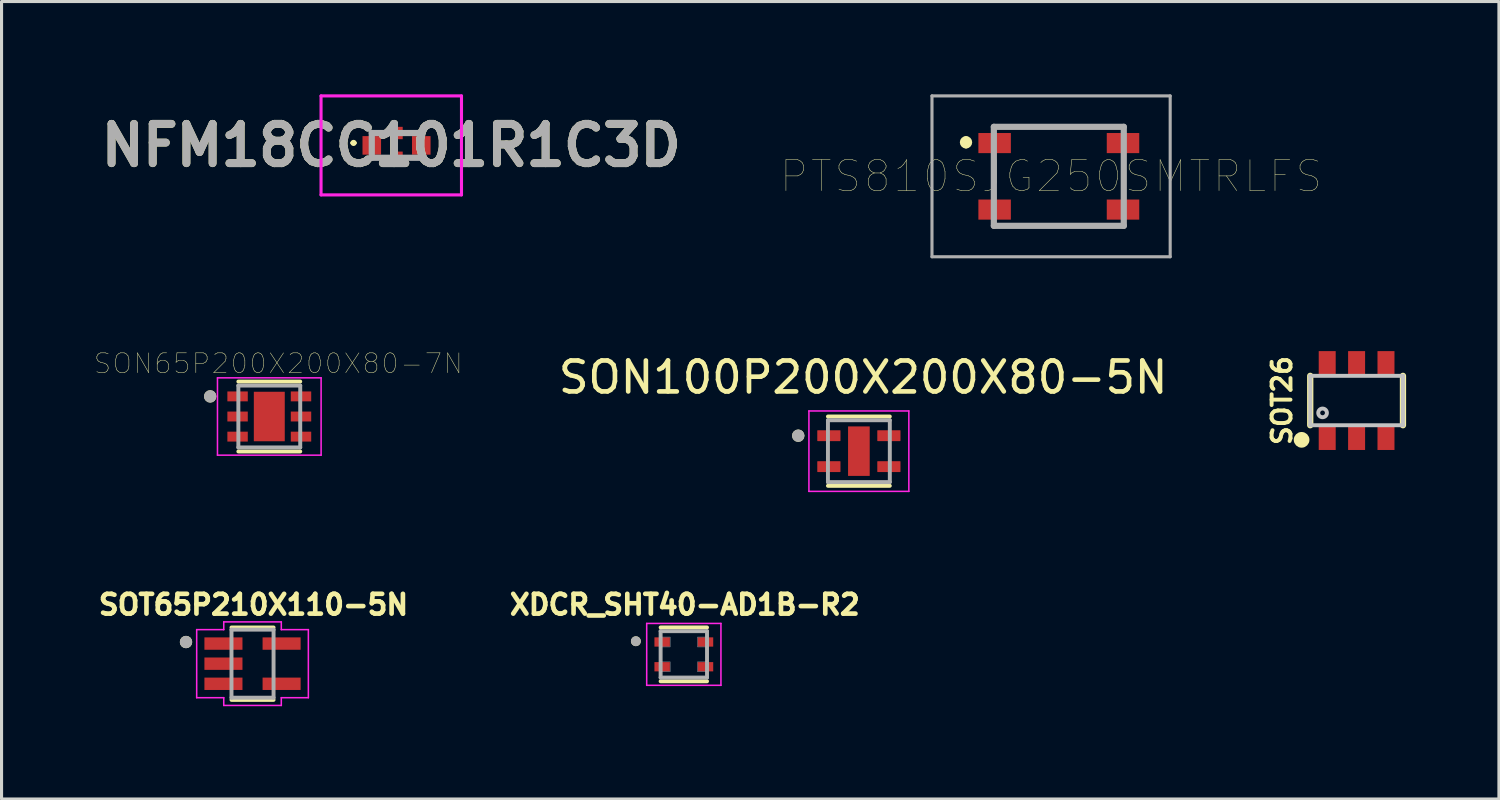
<source format=kicad_pcb>
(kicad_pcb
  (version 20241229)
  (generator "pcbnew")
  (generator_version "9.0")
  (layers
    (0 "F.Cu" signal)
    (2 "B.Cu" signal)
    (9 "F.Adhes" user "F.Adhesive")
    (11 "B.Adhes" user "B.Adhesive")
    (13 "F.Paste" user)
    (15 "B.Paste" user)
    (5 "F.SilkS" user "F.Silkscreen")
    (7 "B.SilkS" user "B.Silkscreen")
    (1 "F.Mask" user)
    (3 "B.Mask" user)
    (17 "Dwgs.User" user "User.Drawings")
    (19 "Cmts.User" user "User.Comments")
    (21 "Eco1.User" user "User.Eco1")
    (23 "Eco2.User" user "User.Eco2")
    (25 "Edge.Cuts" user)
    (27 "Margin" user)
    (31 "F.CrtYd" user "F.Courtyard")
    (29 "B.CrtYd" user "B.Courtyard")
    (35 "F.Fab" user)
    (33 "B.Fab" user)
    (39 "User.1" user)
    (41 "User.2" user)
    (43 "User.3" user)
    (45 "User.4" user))
  (footprint "NFM18CC101R1C3D"
    (layer "F.Cu")
    (at 9.768 1.65)
    (property "Reference" "NFM18CC101R1C3D" (at -0.17 0 0) (layer "F.SilkS") (effects (font (size 1.27 1.27) (thickness 0.254))))
    (attr smd)
    (fp_line (start -1.44 -0.08) (end -1.44 -0.08) (stroke (width 0.1) (type solid)) (layer "F.SilkS"))
    (fp_line (start -1.34 -0.08) (end -1.34 -0.08) (stroke (width 0.1) (type solid)) (layer "F.SilkS"))
    (fp_arc (start -1.44 -0.08) (mid -1.39 -0.13) (end -1.34 -0.08) (stroke (width 0.1) (type solid)) (layer "F.SilkS"))
    (fp_arc (start -1.34 -0.08) (mid -1.39 -0.03) (end -1.44 -0.08) (stroke (width 0.1) (type solid)) (layer "F.SilkS"))
    (fp_line (start -2.44 -1.6) (end 2.1 -1.6) (stroke (width 0.1) (type solid)) (layer "F.CrtYd"))
    (fp_line (start -2.44 1.6) (end -2.44 -1.6) (stroke (width 0.1) (type solid)) (layer "F.CrtYd"))
    (fp_line (start 2.1 -1.6) (end 2.1 1.6) (stroke (width 0.1) (type solid)) (layer "F.CrtYd"))
    (fp_line (start 2.1 1.6) (end -2.44 1.6) (stroke (width 0.1) (type solid)) (layer "F.CrtYd"))
    (fp_line (start -0.8 -0.4) (end 0.8 -0.4) (stroke (width 0.2) (type solid)) (layer "F.Fab"))
    (fp_line (start -0.8 0.4) (end -0.8 -0.4) (stroke (width 0.2) (type solid)) (layer "F.Fab"))
    (fp_line (start 0.8 -0.4) (end 0.8 0.4) (stroke (width 0.2) (type solid)) (layer "F.Fab"))
    (fp_line (start 0.8 0.4) (end -0.8 0.4) (stroke (width 0.2) (type solid)) (layer "F.Fab"))
    (fp_text user "${REFERENCE}" (at -0.17 0 0) (layer "F.Fab") (effects (font (size 1.27 1.27) (thickness 0.254))))
    (pad "1" smd rect (at -0.8 0) (size 0.6 0.6) (layers "F.Cu" "F.Mask" "F.Paste"))
    (pad "2" smd rect (at 0 -0.4) (size 0.4 0.4) (layers "F.Cu" "F.Mask" "F.Paste"))
    (pad "3" smd rect (at 0.8 0) (size 0.6 0.6) (layers "F.Cu" "F.Mask" "F.Paste"))
    (pad "4" smd rect (at 0 0.4) (size 0.4 0.4) (layers "F.Cu" "F.Mask" "F.Paste")))
  (footprint "SOT26"
    (layer "F.Cu")
    (at 40.803 9.898)
    (property "Reference" "SOT26" (at -2.413 0 90) (layer "F.SilkS") (effects (font (size 0.61 0.61) (thickness 0.127))))
    (attr smd)
    (fp_line (start -1.499 -0.798) (end -1.499 0.798) (stroke (width 0.203) (type solid)) (layer "F.SilkS"))
    (fp_line (start 1.499 -0.798) (end 1.499 0.798) (stroke (width 0.203) (type solid)) (layer "F.SilkS"))
    (fp_circle (center -1.778 1.27) (end -1.651 1.27) (stroke (width 0.254) (type solid)) (fill no) (layer "F.SilkS"))
    (fp_line (start -1.499 -0.798) (end -1.499 0.798) (stroke (width 0.127) (type solid)) (layer "Dwgs.User"))
    (fp_line (start -1.499 0.798) (end 1.499 0.798) (stroke (width 0.127) (type solid)) (layer "Dwgs.User"))
    (fp_line (start 1.499 -0.798) (end -1.499 -0.798) (stroke (width 0.127) (type solid)) (layer "Dwgs.User"))
    (fp_line (start 1.499 0.798) (end 1.499 -0.798) (stroke (width 0.127) (type solid)) (layer "Dwgs.User"))
    (fp_circle (center -1.1 0.399) (end -1.1 0.259) (stroke (width 0.127) (type solid)) (fill no) (layer "Dwgs.User"))
    (pad "D1" smd rect (at 0 1.199) (size 0.549 0.798) (layers "F.Cu" "F.Mask" "F.Paste"))
    (pad "D2" smd rect (at 0 -1.199 180) (size 0.549 0.798) (layers "F.Cu" "F.Mask" "F.Paste"))
    (pad "G1" smd rect (at -0.95 -1.199) (size 0.549 0.798) (layers "F.Cu" "F.Mask" "F.Paste"))
    (pad "G2" smd rect (at 0.95 -1.199) (size 0.549 0.798) (layers "F.Cu" "F.Mask" "F.Paste"))
    (pad "S1" smd rect (at -0.95 1.199) (size 0.549 0.798) (layers "F.Cu" "F.Mask" "F.Paste"))
    (pad "S2" smd rect (at 0.95 1.199) (size 0.549 0.798) (layers "F.Cu" "F.Mask" "F.Paste")))
  (footprint "SOT65P210X110-5N"
    (layer "F.Cu")
    (at 5.113 18.404)
    (property "Reference" "SOT65P210X110-5N" (at 0.031 -1.907 0) (layer "F.SilkS") (effects (font (size 0.64 0.64) (thickness 0.15))))
    (attr through_hole)
    (fp_line (start -0.68 -1.17) (end 0.68 -1.17) (stroke (width 0.127) (type solid)) (layer "F.SilkS"))
    (fp_line (start 0.68 1.17) (end -0.68 1.17) (stroke (width 0.127) (type solid)) (layer "F.SilkS"))
    (fp_circle (center -2.15 -0.7) (end -2.05 -0.7) (stroke (width 0.2) (type solid)) (fill no) (layer "F.SilkS"))
    (fp_line (start -1.805 -1.1) (end -1.805 1.1) (stroke (width 0.05) (type solid)) (layer "F.CrtYd"))
    (fp_line (start -1.805 1.1) (end -0.93 1.1) (stroke (width 0.05) (type solid)) (layer "F.CrtYd"))
    (fp_line (start -0.93 -1.35) (end -0.93 -1.1) (stroke (width 0.05) (type solid)) (layer "F.CrtYd"))
    (fp_line (start -0.93 -1.1) (end -1.805 -1.1) (stroke (width 0.05) (type solid)) (layer "F.CrtYd"))
    (fp_line (start -0.93 1.1) (end -0.93 1.35) (stroke (width 0.05) (type solid)) (layer "F.CrtYd"))
    (fp_line (start -0.93 1.35) (end 0.93 1.35) (stroke (width 0.05) (type solid)) (layer "F.CrtYd"))
    (fp_line (start 0.93 -1.35) (end -0.93 -1.35) (stroke (width 0.05) (type solid)) (layer "F.CrtYd"))
    (fp_line (start 0.93 -1.1) (end 0.93 -1.35) (stroke (width 0.05) (type solid)) (layer "F.CrtYd"))
    (fp_line (start 0.93 1.1) (end 1.805 1.1) (stroke (width 0.05) (type solid)) (layer "F.CrtYd"))
    (fp_line (start 0.93 1.35) (end 0.93 1.1) (stroke (width 0.05) (type solid)) (layer "F.CrtYd"))
    (fp_line (start 1.805 -1.1) (end 0.93 -1.1) (stroke (width 0.05) (type solid)) (layer "F.CrtYd"))
    (fp_line (start 1.805 1.1) (end 1.805 -1.1) (stroke (width 0.05) (type solid)) (layer "F.CrtYd"))
    (fp_line (start -0.68 -1.1) (end 0.68 -1.1) (stroke (width 0.127) (type solid)) (layer "F.Fab"))
    (fp_line (start -0.68 1.1) (end -0.68 -1.1) (stroke (width 0.127) (type solid)) (layer "F.Fab"))
    (fp_line (start 0.68 -1.1) (end 0.68 1.1) (stroke (width 0.127) (type solid)) (layer "F.Fab"))
    (fp_line (start 0.68 1.1) (end -0.68 1.1) (stroke (width 0.127) (type solid)) (layer "F.Fab"))
    (fp_circle (center -2.15 -0.7) (end -2.05 -0.7) (stroke (width 0.2) (type solid)) (fill no) (layer "F.Fab"))
    (pad "1" smd rect (at -0.94 -0.65) (size 1.23 0.4) (layers "F.Cu" "F.Mask" "F.Paste"))
    (pad "2" smd rect (at -0.94 0) (size 1.23 0.4) (layers "F.Cu" "F.Mask" "F.Paste"))
    (pad "3" smd rect (at -0.94 0.65) (size 1.23 0.4) (layers "F.Cu" "F.Mask" "F.Paste"))
    (pad "4" smd rect (at 0.94 0.65) (size 1.23 0.4) (layers "F.Cu" "F.Mask" "F.Paste"))
    (pad "5" smd rect (at 0.94 -0.65) (size 1.23 0.4) (layers "F.Cu" "F.Mask" "F.Paste")))
  (footprint "XDCR_SHT40-AD1B-R2"
    (layer "F.Cu")
    (at 19.055 18.103)
    (property "Reference" "XDCR_SHT40-AD1B-R2" (at 0.032 -1.606 0) (layer "F.SilkS") (effects (font (size 0.64 0.64) (thickness 0.15))))
    (attr through_hole)
    (fp_line (start -0.75 -0.87) (end 0.75 -0.87) (stroke (width 0.127) (type solid)) (layer "F.SilkS"))
    (fp_line (start 0.75 0.87) (end -0.75 0.87) (stroke (width 0.127) (type solid)) (layer "F.SilkS"))
    (fp_circle (center -1.55 -0.425) (end -1.47 -0.425) (stroke (width 0.16) (type solid)) (fill no) (layer "F.SilkS"))
    (fp_poly (pts (xy -0.75 -0.24) (xy -0.44 -0.24) (xy -0.44 -0.56) (xy -0.75 -0.56) (xy -0.75 -0.75) (xy 0.75 -0.75) (xy 0.75 -0.56) (xy 0.44 -0.56) (xy 0.44 -0.24) (xy 0.75 -0.24) (xy 0.75 0.24) (xy 0.44 0.24) (xy 0.44 0.56) (xy 0.75 0.56) (xy 0.75 0.75) (xy -0.75 0.75) (xy -0.75 0.56) (xy -0.44 0.56) (xy -0.44 0.24) (xy -0.75 0.24)) (stroke (width 0.01) (type solid)) (fill no) (layer "Dwgs.User"))
    (fp_line (start -1.2 -1) (end -1.2 1) (stroke (width 0.05) (type solid)) (layer "F.CrtYd"))
    (fp_line (start -1.2 1) (end 1.2 1) (stroke (width 0.05) (type solid)) (layer "F.CrtYd"))
    (fp_line (start 1.2 -1) (end -1.2 -1) (stroke (width 0.05) (type solid)) (layer "F.CrtYd"))
    (fp_line (start 1.2 1) (end 1.2 -1) (stroke (width 0.05) (type solid)) (layer "F.CrtYd"))
    (fp_line (start -0.75 -0.75) (end -0.75 0.75) (stroke (width 0.127) (type solid)) (layer "F.Fab"))
    (fp_line (start -0.75 -0.75) (end 0.75 -0.75) (stroke (width 0.127) (type solid)) (layer "F.Fab"))
    (fp_line (start 0.75 0.75) (end -0.75 0.75) (stroke (width 0.127) (type solid)) (layer "F.Fab"))
    (fp_line (start 0.75 0.75) (end 0.75 -0.75) (stroke (width 0.127) (type solid)) (layer "F.Fab"))
    (fp_circle (center -1.55 -0.425) (end -1.47 -0.425) (stroke (width 0.16) (type solid)) (fill no) (layer "F.Fab"))
    (pad "1" smd rect (at -0.7 -0.4) (size 0.5 0.3) (layers "F.Cu" "F.Mask" "F.Paste"))
    (pad "2" smd rect (at -0.7 0.4) (size 0.5 0.3) (layers "F.Cu" "F.Mask" "F.Paste"))
    (pad "3" smd rect (at 0.7 0.4) (size 0.5 0.3) (layers "F.Cu" "F.Mask" "F.Paste"))
    (pad "4" smd rect (at 0.7 -0.4) (size 0.5 0.3) (layers "F.Cu" "F.Mask" "F.Paste")))
  (footprint "SON65P200X200X80-7N"
    (layer "F.Cu")
    (at 5.655 10.414)
    (property "Reference" "SON65P200X200X80-7N" (at 0.292 -1.713 0) (layer "F.SilkS") (effects (font (size 0.64 0.64) (thickness 0.015))))
    (attr through_hole)
    (fp_line (start -1 -1.13) (end 1 -1.13) (stroke (width 0.127) (type solid)) (layer "F.SilkS"))
    (fp_line (start -1 1.13) (end 1 1.13) (stroke (width 0.127) (type solid)) (layer "F.SilkS"))
    (fp_circle (center -1.91 -0.65) (end -1.81 -0.65) (stroke (width 0.2) (type solid)) (fill no) (layer "F.SilkS"))
    (fp_poly (pts (xy -0.316 -0.506) (xy 0.316 -0.506) (xy 0.316 0.506) (xy -0.316 0.506)) (stroke (width 0.01) (type solid)) (fill yes) (layer "F.Paste"))
    (fp_line (start -1.675 -1.25) (end -1.675 1.25) (stroke (width 0.05) (type solid)) (layer "F.CrtYd"))
    (fp_line (start -1.675 -1.25) (end 1.675 -1.25) (stroke (width 0.05) (type solid)) (layer "F.CrtYd"))
    (fp_line (start -1.675 1.25) (end 1.675 1.25) (stroke (width 0.05) (type solid)) (layer "F.CrtYd"))
    (fp_line (start 1.675 -1.25) (end 1.675 1.25) (stroke (width 0.05) (type solid)) (layer "F.CrtYd"))
    (fp_line (start -1 -1) (end -1 1) (stroke (width 0.127) (type solid)) (layer "F.Fab"))
    (fp_line (start -1 -1) (end 1 -1) (stroke (width 0.127) (type solid)) (layer "F.Fab"))
    (fp_line (start -1 1) (end 1 1) (stroke (width 0.127) (type solid)) (layer "F.Fab"))
    (fp_line (start 1 -1) (end 1 1) (stroke (width 0.127) (type solid)) (layer "F.Fab"))
    (fp_circle (center -1.91 -0.65) (end -1.81 -0.65) (stroke (width 0.2) (type solid)) (fill no) (layer "F.Fab"))
    (pad "1" smd rect (at -1.025 -0.65) (size 0.66 0.32) (layers "F.Cu" "F.Mask" "F.Paste"))
    (pad "2" smd rect (at -1.025 0) (size 0.66 0.32) (layers "F.Cu" "F.Mask" "F.Paste"))
    (pad "3" smd rect (at -1.025 0.65) (size 0.66 0.32) (layers "F.Cu" "F.Mask" "F.Paste"))
    (pad "4" smd rect (at 1.025 0.65) (size 0.66 0.32) (layers "F.Cu" "F.Mask" "F.Paste"))
    (pad "5" smd rect (at 1.025 0) (size 0.66 0.32) (layers "F.Cu" "F.Mask" "F.Paste"))
    (pad "6" smd rect (at 1.025 -0.65) (size 0.66 0.32) (layers "F.Cu" "F.Mask" "F.Paste"))
    (pad "7" smd rect (at 0 0) (size 1 1.6) (layers "F.Cu" "F.Mask")))
  (footprint "SON100P200X200X80-5N"
    (layer "F.Cu")
    (at 24.714 11.534)
    (property "Reference" "SON100P200X200X80-5N" (at 0.138 -2.386 0) (layer "F.SilkS") (effects (font (size 1 1) (thickness 0.15))))
    (attr through_hole)
    (fp_line (start -1 -1.12) (end 1 -1.12) (stroke (width 0.127) (type solid)) (layer "F.SilkS"))
    (fp_line (start -1 1.12) (end 1 1.12) (stroke (width 0.127) (type solid)) (layer "F.SilkS"))
    (fp_circle (center -1.96 -0.5) (end -1.86 -0.5) (stroke (width 0.2) (type solid)) (fill no) (layer "F.SilkS"))
    (fp_line (start -1.615 -1.3) (end -1.615 1.3) (stroke (width 0.05) (type solid)) (layer "F.CrtYd"))
    (fp_line (start -1.615 -1.3) (end 1.615 -1.3) (stroke (width 0.05) (type solid)) (layer "F.CrtYd"))
    (fp_line (start -1.615 1.3) (end 1.615 1.3) (stroke (width 0.05) (type solid)) (layer "F.CrtYd"))
    (fp_line (start 1.615 -1.3) (end 1.615 1.3) (stroke (width 0.05) (type solid)) (layer "F.CrtYd"))
    (fp_line (start -1 -1) (end -1 1) (stroke (width 0.127) (type solid)) (layer "F.Fab"))
    (fp_line (start -1 -1) (end 1 -1) (stroke (width 0.127) (type solid)) (layer "F.Fab"))
    (fp_line (start -1 1) (end 1 1) (stroke (width 0.127) (type solid)) (layer "F.Fab"))
    (fp_line (start 1 -1) (end 1 1) (stroke (width 0.127) (type solid)) (layer "F.Fab"))
    (fp_circle (center -1.96 -0.5) (end -1.86 -0.5) (stroke (width 0.2) (type solid)) (fill no) (layer "F.Fab"))
    (pad "1" smd roundrect (at -0.97 -0.5) (size 0.75 0.35) (layers "F.Cu" "F.Mask" "F.Paste") (roundrect_rratio 0.04))
    (pad "2" smd roundrect (at -0.97 0.5) (size 0.75 0.35) (layers "F.Cu" "F.Mask" "F.Paste") (roundrect_rratio 0.04))
    (pad "3" smd roundrect (at 0.97 0.5) (size 0.75 0.35) (layers "F.Cu" "F.Mask" "F.Paste") (roundrect_rratio 0.04))
    (pad "4" smd roundrect (at 0.97 -0.5) (size 0.75 0.35) (layers "F.Cu" "F.Mask" "F.Paste") (roundrect_rratio 0.04))
    (pad "5" smd rect (at 0 0) (size 0.7 1.6) (layers "F.Cu" "F.Mask" "F.Paste")))
  (footprint "PTS810SJG250SMTRLFS"
    (layer "F.Cu")
    (at 31.177 2.65)
    (property "Reference" "PTS810SJG250SMTRLFS" (at -0.25 0 0) (layer "F.SilkS") (effects (font (size 1 1) (thickness 0.015))))
    (attr through_hole)
    (fp_line (start -2.1 -1.6) (end 2.075 -1.6) (stroke (width 0.1) (type solid)) (layer "F.SilkS"))
    (fp_line (start -2.1 1.6) (end 2.075 1.6) (stroke (width 0.1) (type solid)) (layer "F.SilkS"))
    (fp_arc (start -3 -1.2) (mid -2.9 -1.1) (end -3 -1) (stroke (width 0.2) (type solid)) (layer "F.SilkS"))
    (fp_arc (start -3 -1) (mid -3.1 -1.1) (end -3 -1.2) (stroke (width 0.2) (type solid)) (layer "F.SilkS"))
    (fp_line (start -4.1 -2.6) (end 3.6 -2.6) (stroke (width 0.1) (type solid)) (layer "F.Fab"))
    (fp_line (start -4.1 2.6) (end -4.1 -2.6) (stroke (width 0.1) (type solid)) (layer "F.Fab"))
    (fp_line (start -2.1 -1.6) (end 2.1 -1.6) (stroke (width 0.2) (type solid)) (layer "F.Fab"))
    (fp_line (start -2.1 1.6) (end -2.1 -1.6) (stroke (width 0.2) (type solid)) (layer "F.Fab"))
    (fp_line (start 2.1 -1.6) (end 2.1 1.6) (stroke (width 0.2) (type solid)) (layer "F.Fab"))
    (fp_line (start 2.1 1.6) (end -2.1 1.6) (stroke (width 0.2) (type solid)) (layer "F.Fab"))
    (fp_line (start 3.6 -2.6) (end 3.6 2.6) (stroke (width 0.1) (type solid)) (layer "F.Fab"))
    (fp_line (start 3.6 2.6) (end -4.1 2.6) (stroke (width 0.1) (type solid)) (layer "F.Fab"))
    (pad "1" smd rect (at -2.075 -1.075) (size 1.05 0.65) (layers "F.Cu" "F.Mask" "F.Paste"))
    (pad "2" smd rect (at 2.075 -1.075) (size 1.05 0.65) (layers "F.Cu" "F.Mask" "F.Paste"))
    (pad "3" smd rect (at -2.075 1.075) (size 1.05 0.65) (layers "F.Cu" "F.Mask" "F.Paste"))
    (pad "4" smd rect (at 2.075 1.075) (size 1.05 0.65) (layers "F.Cu" "F.Mask" "F.Paste")))
  (gr_rect
    (start -3 -3)
    (end 45.404 22.779)
    (stroke (width 0.1) (type default))
    (fill no)
    (layer "Edge.Cuts")))
</source>
